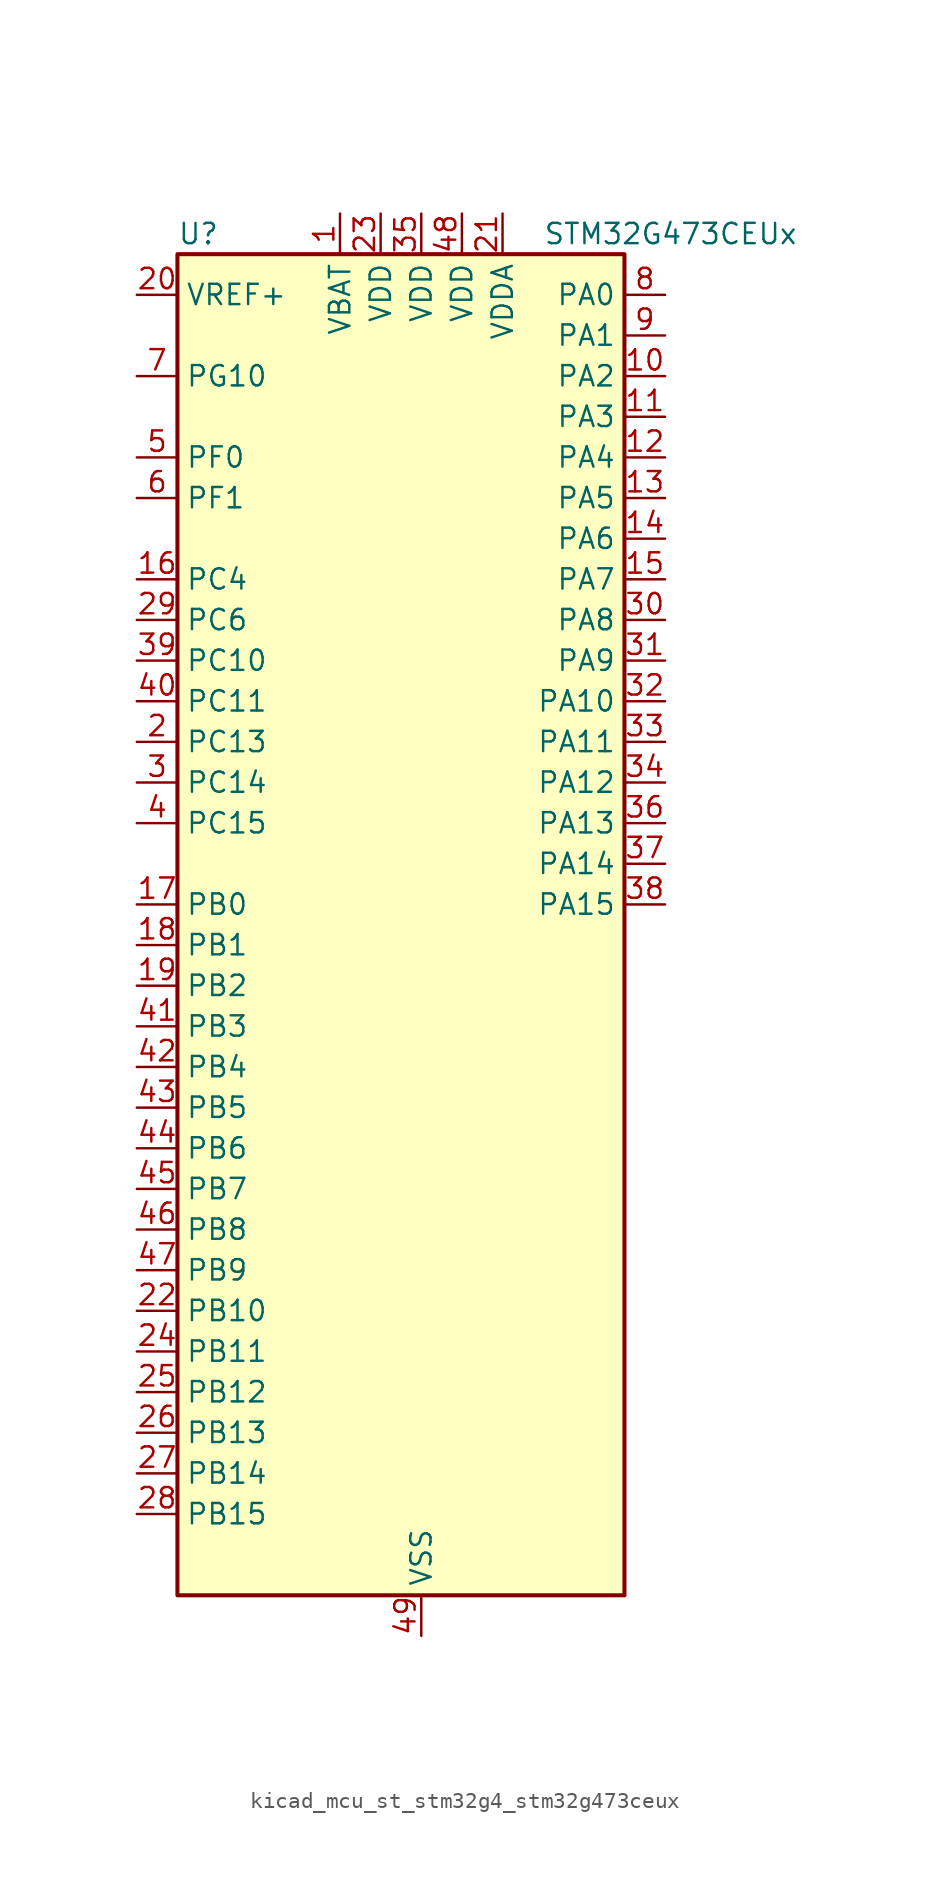
<source format=kicad_sym>
(kicad_symbol_lib
  (version 20220914)
  (generator kicad_symbol_editor)
  (symbol "kicad_mcu_st_stm32g4_stm32g473ceux"
    (property "Reference" "U"
      (at -12.7 44.45 0)
      (effects (font (size 1.27 1.27)) (justify left)))
    (property "Value" "STM32G473CEUx"
      (at 10.16 44.45 0)
      (effects (font (size 1.27 1.27)) (justify left)))
    (property "ki_locked" ""
      (at 0 0 0)
      (effects (font (size 1.27 1.27))))
    (symbol "kicad_mcu_st_stm32g4_stm32g473ceux_0_1"
      (rectangle (start -12.7 -40.64) (end 15.24 43.18) (stroke (width 0.254) (type default)) (fill (type background))))
    (symbol "kicad_mcu_st_stm32g4_stm32g473ceux_1_1"
      (pin power_in line (at -2.54 45.72 270) (length 2.54) (name "VBAT" (effects (font (size 1.27 1.27)))) (number "1" (effects (font (size 1.27 1.27)))))
      (pin bidirectional line (at 17.78 35.56 180) (length 2.54) (name "PA2" (effects (font (size 1.27 1.27)))) (number "10" (effects (font (size 1.27 1.27)))) (alternate "ADC1_IN3" bidirectional line) (alternate "ADC3_EXTI2" bidirectional line) (alternate "ADC4_EXTI2" bidirectional line) (alternate "ADC5_EXTI2" bidirectional line) (alternate "COMP2_INM" bidirectional line) (alternate "COMP2_OUT" bidirectional line) (alternate "LPUART1_TX" bidirectional line) (alternate "OPAMP1_VOUT" bidirectional line) (alternate "QUADSPI1_BK1_NCS" bidirectional line) (alternate "RCC_LSCO" bidirectional line) (alternate "SYS_WKUP4" bidirectional line) (alternate "TIM15_CH1" bidirectional line) (alternate "TIM2_CH3" bidirectional line) (alternate "TIM5_CH3" bidirectional line) (alternate "UCPD1_FRSTX1" bidirectional line) (alternate "UCPD1_FRSTX2" bidirectional line) (alternate "USART2_TX" bidirectional line))
      (pin bidirectional line (at 17.78 33.02 180) (length 2.54) (name "PA3" (effects (font (size 1.27 1.27)))) (number "11" (effects (font (size 1.27 1.27)))) (alternate "ADC1_IN4" bidirectional line) (alternate "ADC3_EXTI3" bidirectional line) (alternate "ADC4_EXTI3" bidirectional line) (alternate "ADC5_EXTI3" bidirectional line) (alternate "COMP2_INP" bidirectional line) (alternate "LPUART1_RX" bidirectional line) (alternate "OPAMP1_VINM" bidirectional line) (alternate "OPAMP1_VINM0" bidirectional line) (alternate "OPAMP1_VINM_SEC" bidirectional line) (alternate "OPAMP1_VINP" bidirectional line) (alternate "OPAMP1_VINP_SEC" bidirectional line) (alternate "OPAMP5_VINM" bidirectional line) (alternate "OPAMP5_VINM1" bidirectional line) (alternate "OPAMP5_VINM_SEC" bidirectional line) (alternate "QUADSPI1_CLK" bidirectional line) (alternate "SAI1_CK1" bidirectional line) (alternate "SAI1_MCLK_A" bidirectional line) (alternate "TIM15_CH2" bidirectional line) (alternate "TIM2_CH4" bidirectional line) (alternate "TIM5_CH4" bidirectional line) (alternate "USART2_RX" bidirectional line))
      (pin bidirectional line (at 17.78 30.48 180) (length 2.54) (name "PA4" (effects (font (size 1.27 1.27)))) (number "12" (effects (font (size 1.27 1.27)))) (alternate "ADC2_IN17" bidirectional line) (alternate "COMP1_INM" bidirectional line) (alternate "DAC1_OUT1" bidirectional line) (alternate "I2S3_WS" bidirectional line) (alternate "SAI1_FS_B" bidirectional line) (alternate "SPI1_NSS" bidirectional line) (alternate "SPI3_NSS" bidirectional line) (alternate "TIM3_CH2" bidirectional line) (alternate "USART2_CK" bidirectional line))
      (pin bidirectional line (at 17.78 27.94 180) (length 2.54) (name "PA5" (effects (font (size 1.27 1.27)))) (number "13" (effects (font (size 1.27 1.27)))) (alternate "ADC2_IN13" bidirectional line) (alternate "COMP2_INM" bidirectional line) (alternate "DAC1_OUT2" bidirectional line) (alternate "OPAMP2_VINM" bidirectional line) (alternate "OPAMP2_VINM0" bidirectional line) (alternate "OPAMP2_VINM_SEC" bidirectional line) (alternate "SPI1_SCK" bidirectional line) (alternate "TIM2_CH1" bidirectional line) (alternate "TIM2_ETR" bidirectional line) (alternate "UCPD1_FRSTX1" bidirectional line) (alternate "UCPD1_FRSTX2" bidirectional line))
      (pin bidirectional line (at 17.78 25.4 180) (length 2.54) (name "PA6" (effects (font (size 1.27 1.27)))) (number "14" (effects (font (size 1.27 1.27)))) (alternate "ADC2_IN3" bidirectional line) (alternate "COMP1_OUT" bidirectional line) (alternate "DAC2_OUT1" bidirectional line) (alternate "LPUART1_CTS" bidirectional line) (alternate "OPAMP2_VOUT" bidirectional line) (alternate "QUADSPI1_BK1_IO3" bidirectional line) (alternate "SPI1_MISO" bidirectional line) (alternate "TIM16_CH1" bidirectional line) (alternate "TIM1_BKIN" bidirectional line) (alternate "TIM3_CH1" bidirectional line) (alternate "TIM8_BKIN" bidirectional line))
      (pin bidirectional line (at 17.78 22.86 180) (length 2.54) (name "PA7" (effects (font (size 1.27 1.27)))) (number "15" (effects (font (size 1.27 1.27)))) (alternate "ADC2_IN4" bidirectional line) (alternate "COMP2_INP" bidirectional line) (alternate "COMP2_OUT" bidirectional line) (alternate "OPAMP1_VINP" bidirectional line) (alternate "OPAMP1_VINP_SEC" bidirectional line) (alternate "OPAMP2_VINP" bidirectional line) (alternate "OPAMP2_VINP_SEC" bidirectional line) (alternate "QUADSPI1_BK1_IO2" bidirectional line) (alternate "SPI1_MOSI" bidirectional line) (alternate "TIM17_CH1" bidirectional line) (alternate "TIM1_CH1N" bidirectional line) (alternate "TIM3_CH2" bidirectional line) (alternate "TIM8_CH1N" bidirectional line) (alternate "UCPD1_FRSTX1" bidirectional line) (alternate "UCPD1_FRSTX2" bidirectional line))
      (pin bidirectional line (at -15.24 22.86 0) (length 2.54) (name "PC4" (effects (font (size 1.27 1.27)))) (number "16" (effects (font (size 1.27 1.27)))) (alternate "ADC2_IN5" bidirectional line) (alternate "I2C2_SCL" bidirectional line) (alternate "QUADSPI1_BK2_IO3" bidirectional line) (alternate "TIM1_ETR" bidirectional line) (alternate "USART1_TX" bidirectional line))
      (pin bidirectional line (at -15.24 2.54 0) (length 2.54) (name "PB0" (effects (font (size 1.27 1.27)))) (number "17" (effects (font (size 1.27 1.27)))) (alternate "ADC1_IN15" bidirectional line) (alternate "ADC3_IN12" bidirectional line) (alternate "COMP4_INP" bidirectional line) (alternate "OPAMP2_VINP" bidirectional line) (alternate "OPAMP2_VINP_SEC" bidirectional line) (alternate "OPAMP3_VINP" bidirectional line) (alternate "OPAMP3_VINP_SEC" bidirectional line) (alternate "QUADSPI1_BK1_IO1" bidirectional line) (alternate "TIM1_CH2N" bidirectional line) (alternate "TIM3_CH3" bidirectional line) (alternate "TIM8_CH2N" bidirectional line) (alternate "UCPD1_FRSTX1" bidirectional line) (alternate "UCPD1_FRSTX2" bidirectional line))
      (pin bidirectional line (at -15.24 0 0) (length 2.54) (name "PB1" (effects (font (size 1.27 1.27)))) (number "18" (effects (font (size 1.27 1.27)))) (alternate "ADC1_IN12" bidirectional line) (alternate "ADC3_IN1" bidirectional line) (alternate "COMP1_INP" bidirectional line) (alternate "COMP4_OUT" bidirectional line) (alternate "LPUART1_DE" bidirectional line) (alternate "LPUART1_RTS" bidirectional line) (alternate "OPAMP3_VOUT" bidirectional line) (alternate "OPAMP6_VINM" bidirectional line) (alternate "OPAMP6_VINM1" bidirectional line) (alternate "OPAMP6_VINM_SEC" bidirectional line) (alternate "QUADSPI1_BK1_IO0" bidirectional line) (alternate "TIM1_CH3N" bidirectional line) (alternate "TIM3_CH4" bidirectional line) (alternate "TIM8_CH3N" bidirectional line))
      (pin bidirectional line (at -15.24 -2.54 0) (length 2.54) (name "PB2" (effects (font (size 1.27 1.27)))) (number "19" (effects (font (size 1.27 1.27)))) (alternate "ADC2_IN12" bidirectional line) (alternate "ADC3_EXTI2" bidirectional line) (alternate "ADC4_EXTI2" bidirectional line) (alternate "ADC5_EXTI2" bidirectional line) (alternate "COMP4_INM" bidirectional line) (alternate "I2C3_SMBA" bidirectional line) (alternate "LPTIM1_OUT" bidirectional line) (alternate "OPAMP3_VINM" bidirectional line) (alternate "OPAMP3_VINM0" bidirectional line) (alternate "OPAMP3_VINM_SEC" bidirectional line) (alternate "QUADSPI1_BK2_IO1" bidirectional line) (alternate "RTC_OUT2" bidirectional line) (alternate "TIM20_CH1" bidirectional line) (alternate "TIM5_CH1" bidirectional line))
      (pin bidirectional line (at -15.24 12.7 0) (length 2.54) (name "PC13" (effects (font (size 1.27 1.27)))) (number "2" (effects (font (size 1.27 1.27)))) (alternate "RTC_OUT1" bidirectional line) (alternate "RTC_TAMP1" bidirectional line) (alternate "RTC_TS" bidirectional line) (alternate "SYS_WKUP2" bidirectional line) (alternate "TIM1_BKIN" bidirectional line) (alternate "TIM1_CH1N" bidirectional line) (alternate "TIM8_CH4N" bidirectional line))
      (pin input line (at -15.24 40.64 0) (length 2.54) (name "VREF+" (effects (font (size 1.27 1.27)))) (number "20" (effects (font (size 1.27 1.27)))) (alternate "VREFBUF_OUT" bidirectional line))
      (pin power_in line (at 7.62 45.72 270) (length 2.54) (name "VDDA" (effects (font (size 1.27 1.27)))) (number "21" (effects (font (size 1.27 1.27)))))
      (pin bidirectional line (at -15.24 -22.86 0) (length 2.54) (name "PB10" (effects (font (size 1.27 1.27)))) (number "22" (effects (font (size 1.27 1.27)))) (alternate "COMP5_INM" bidirectional line) (alternate "DAC1_EXTI10" bidirectional line) (alternate "DAC2_EXTI10" bidirectional line) (alternate "DAC3_EXTI10" bidirectional line) (alternate "DAC4_EXTI10" bidirectional line) (alternate "LPUART1_RX" bidirectional line) (alternate "OPAMP3_VINM" bidirectional line) (alternate "OPAMP3_VINM1" bidirectional line) (alternate "OPAMP3_VINM_SEC" bidirectional line) (alternate "OPAMP4_VINM" bidirectional line) (alternate "OPAMP4_VINM0" bidirectional line) (alternate "OPAMP4_VINM_SEC" bidirectional line) (alternate "QUADSPI1_CLK" bidirectional line) (alternate "SAI1_SCK_A" bidirectional line) (alternate "TIM1_BKIN" bidirectional line) (alternate "TIM2_CH3" bidirectional line) (alternate "USART3_TX" bidirectional line))
      (pin power_in line (at 0 45.72 270) (length 2.54) (name "VDD" (effects (font (size 1.27 1.27)))) (number "23" (effects (font (size 1.27 1.27)))))
      (pin bidirectional line (at -15.24 -25.4 0) (length 2.54) (name "PB11" (effects (font (size 1.27 1.27)))) (number "24" (effects (font (size 1.27 1.27)))) (alternate "ADC1_EXTI11" bidirectional line) (alternate "ADC1_IN14" bidirectional line) (alternate "ADC2_EXTI11" bidirectional line) (alternate "ADC2_IN14" bidirectional line) (alternate "COMP6_INP" bidirectional line) (alternate "LPUART1_TX" bidirectional line) (alternate "OPAMP4_VINP" bidirectional line) (alternate "OPAMP4_VINP_SEC" bidirectional line) (alternate "OPAMP6_VOUT" bidirectional line) (alternate "QUADSPI1_BK1_NCS" bidirectional line) (alternate "TIM2_CH4" bidirectional line) (alternate "USART3_RX" bidirectional line))
      (pin bidirectional line (at -15.24 -27.94 0) (length 2.54) (name "PB12" (effects (font (size 1.27 1.27)))) (number "25" (effects (font (size 1.27 1.27)))) (alternate "ADC1_IN11" bidirectional line) (alternate "ADC4_IN3" bidirectional line) (alternate "COMP7_INM" bidirectional line) (alternate "FDCAN2_RX" bidirectional line) (alternate "I2C2_SMBA" bidirectional line) (alternate "I2S2_WS" bidirectional line) (alternate "LPUART1_DE" bidirectional line) (alternate "LPUART1_RTS" bidirectional line) (alternate "OPAMP4_VOUT" bidirectional line) (alternate "OPAMP6_VINP" bidirectional line) (alternate "OPAMP6_VINP_SEC" bidirectional line) (alternate "SPI2_NSS" bidirectional line) (alternate "TIM1_BKIN" bidirectional line) (alternate "TIM5_ETR" bidirectional line) (alternate "USART3_CK" bidirectional line))
      (pin bidirectional line (at -15.24 -30.48 0) (length 2.54) (name "PB13" (effects (font (size 1.27 1.27)))) (number "26" (effects (font (size 1.27 1.27)))) (alternate "ADC3_IN5" bidirectional line) (alternate "COMP5_INP" bidirectional line) (alternate "FDCAN2_TX" bidirectional line) (alternate "I2S2_CK" bidirectional line) (alternate "LPUART1_CTS" bidirectional line) (alternate "OPAMP3_VINP" bidirectional line) (alternate "OPAMP3_VINP_SEC" bidirectional line) (alternate "OPAMP4_VINP" bidirectional line) (alternate "OPAMP4_VINP_SEC" bidirectional line) (alternate "OPAMP6_VINP" bidirectional line) (alternate "OPAMP6_VINP_SEC" bidirectional line) (alternate "SPI2_SCK" bidirectional line) (alternate "TIM1_CH1N" bidirectional line) (alternate "USART3_CTS" bidirectional line) (alternate "USART3_NSS" bidirectional line))
      (pin bidirectional line (at -15.24 -33.02 0) (length 2.54) (name "PB14" (effects (font (size 1.27 1.27)))) (number "27" (effects (font (size 1.27 1.27)))) (alternate "ADC1_IN5" bidirectional line) (alternate "ADC4_IN4" bidirectional line) (alternate "COMP4_OUT" bidirectional line) (alternate "COMP7_INP" bidirectional line) (alternate "OPAMP2_VINP" bidirectional line) (alternate "OPAMP2_VINP_SEC" bidirectional line) (alternate "OPAMP5_VINP" bidirectional line) (alternate "OPAMP5_VINP_SEC" bidirectional line) (alternate "SPI2_MISO" bidirectional line) (alternate "TIM15_CH1" bidirectional line) (alternate "TIM1_CH2N" bidirectional line) (alternate "USART3_DE" bidirectional line) (alternate "USART3_RTS" bidirectional line))
      (pin bidirectional line (at -15.24 -35.56 0) (length 2.54) (name "PB15" (effects (font (size 1.27 1.27)))) (number "28" (effects (font (size 1.27 1.27)))) (alternate "ADC1_EXTI15" bidirectional line) (alternate "ADC2_EXTI15" bidirectional line) (alternate "ADC2_IN15" bidirectional line) (alternate "ADC4_IN5" bidirectional line) (alternate "COMP3_OUT" bidirectional line) (alternate "COMP6_INM" bidirectional line) (alternate "I2S2_SD" bidirectional line) (alternate "OPAMP5_VINM" bidirectional line) (alternate "OPAMP5_VINM0" bidirectional line) (alternate "OPAMP5_VINM_SEC" bidirectional line) (alternate "RTC_REFIN" bidirectional line) (alternate "SPI2_MOSI" bidirectional line) (alternate "TIM15_CH1N" bidirectional line) (alternate "TIM15_CH2" bidirectional line) (alternate "TIM1_CH3N" bidirectional line))
      (pin bidirectional line (at -15.24 20.32 0) (length 2.54) (name "PC6" (effects (font (size 1.27 1.27)))) (number "29" (effects (font (size 1.27 1.27)))) (alternate "COMP6_OUT" bidirectional line) (alternate "I2C4_SCL" bidirectional line) (alternate "I2S2_MCK" bidirectional line) (alternate "TIM3_CH1" bidirectional line) (alternate "TIM8_CH1" bidirectional line))
      (pin bidirectional line (at -15.24 10.16 0) (length 2.54) (name "PC14" (effects (font (size 1.27 1.27)))) (number "3" (effects (font (size 1.27 1.27)))) (alternate "RCC_OSC32_IN" bidirectional line))
      (pin bidirectional line (at 17.78 20.32 180) (length 2.54) (name "PA8" (effects (font (size 1.27 1.27)))) (number "30" (effects (font (size 1.27 1.27)))) (alternate "ADC5_IN1" bidirectional line) (alternate "COMP7_OUT" bidirectional line) (alternate "FDCAN3_RX" bidirectional line) (alternate "I2C2_SDA" bidirectional line) (alternate "I2C3_SCL" bidirectional line) (alternate "I2S2_MCK" bidirectional line) (alternate "OPAMP5_VOUT" bidirectional line) (alternate "RCC_MCO" bidirectional line) (alternate "SAI1_CK2" bidirectional line) (alternate "SAI1_SCK_A" bidirectional line) (alternate "TIM1_CH1" bidirectional line) (alternate "TIM4_ETR" bidirectional line) (alternate "USART1_CK" bidirectional line))
      (pin bidirectional line (at 17.78 17.78 180) (length 2.54) (name "PA9" (effects (font (size 1.27 1.27)))) (number "31" (effects (font (size 1.27 1.27)))) (alternate "ADC5_IN2" bidirectional line) (alternate "COMP5_OUT" bidirectional line) (alternate "DAC1_EXTI9" bidirectional line) (alternate "DAC2_EXTI9" bidirectional line) (alternate "DAC3_EXTI9" bidirectional line) (alternate "DAC4_EXTI9" bidirectional line) (alternate "I2C2_SCL" bidirectional line) (alternate "I2C3_SMBA" bidirectional line) (alternate "I2S3_MCK" bidirectional line) (alternate "SAI1_FS_A" bidirectional line) (alternate "TIM15_BKIN" bidirectional line) (alternate "TIM1_CH2" bidirectional line) (alternate "TIM2_CH3" bidirectional line) (alternate "UCPD1_DBCC1" bidirectional line) (alternate "USART1_TX" bidirectional line))
      (pin bidirectional line (at 17.78 15.24 180) (length 2.54) (name "PA10" (effects (font (size 1.27 1.27)))) (number "32" (effects (font (size 1.27 1.27)))) (alternate "COMP6_OUT" bidirectional line) (alternate "CRS_SYNC" bidirectional line) (alternate "DAC1_EXTI10" bidirectional line) (alternate "DAC2_EXTI10" bidirectional line) (alternate "DAC3_EXTI10" bidirectional line) (alternate "DAC4_EXTI10" bidirectional line) (alternate "I2C2_SMBA" bidirectional line) (alternate "SAI1_D1" bidirectional line) (alternate "SAI1_SD_A" bidirectional line) (alternate "SPI2_MISO" bidirectional line) (alternate "TIM17_BKIN" bidirectional line) (alternate "TIM1_CH3" bidirectional line) (alternate "TIM2_CH4" bidirectional line) (alternate "TIM8_BKIN" bidirectional line) (alternate "UCPD1_DBCC2" bidirectional line) (alternate "USART1_RX" bidirectional line))
      (pin bidirectional line (at 17.78 12.7 180) (length 2.54) (name "PA11" (effects (font (size 1.27 1.27)))) (number "33" (effects (font (size 1.27 1.27)))) (alternate "ADC1_EXTI11" bidirectional line) (alternate "ADC2_EXTI11" bidirectional line) (alternate "COMP1_OUT" bidirectional line) (alternate "FDCAN1_RX" bidirectional line) (alternate "I2S2_SD" bidirectional line) (alternate "SPI2_MOSI" bidirectional line) (alternate "TIM1_BKIN2" bidirectional line) (alternate "TIM1_CH1N" bidirectional line) (alternate "TIM1_CH4" bidirectional line) (alternate "TIM4_CH1" bidirectional line) (alternate "USART1_CTS" bidirectional line) (alternate "USART1_NSS" bidirectional line) (alternate "USB_DM" bidirectional line))
      (pin bidirectional line (at 17.78 10.16 180) (length 2.54) (name "PA12" (effects (font (size 1.27 1.27)))) (number "34" (effects (font (size 1.27 1.27)))) (alternate "COMP2_OUT" bidirectional line) (alternate "FDCAN1_TX" bidirectional line) (alternate "I2S_CKIN" bidirectional line) (alternate "TIM16_CH1" bidirectional line) (alternate "TIM1_CH2N" bidirectional line) (alternate "TIM1_ETR" bidirectional line) (alternate "TIM4_CH2" bidirectional line) (alternate "USART1_DE" bidirectional line) (alternate "USART1_RTS" bidirectional line) (alternate "USB_DP" bidirectional line))
      (pin power_in line (at 2.54 45.72 270) (length 2.54) (name "VDD" (effects (font (size 1.27 1.27)))) (number "35" (effects (font (size 1.27 1.27)))))
      (pin bidirectional line (at 17.78 7.62 180) (length 2.54) (name "PA13" (effects (font (size 1.27 1.27)))) (number "36" (effects (font (size 1.27 1.27)))) (alternate "I2C1_SCL" bidirectional line) (alternate "I2C4_SCL" bidirectional line) (alternate "IR_OUT" bidirectional line) (alternate "SAI1_SD_B" bidirectional line) (alternate "SYS_JTMS-SWDIO" bidirectional line) (alternate "TIM16_CH1N" bidirectional line) (alternate "TIM4_CH3" bidirectional line) (alternate "USART3_CTS" bidirectional line) (alternate "USART3_NSS" bidirectional line))
      (pin bidirectional line (at 17.78 5.08 180) (length 2.54) (name "PA14" (effects (font (size 1.27 1.27)))) (number "37" (effects (font (size 1.27 1.27)))) (alternate "I2C1_SDA" bidirectional line) (alternate "I2C4_SMBA" bidirectional line) (alternate "LPTIM1_OUT" bidirectional line) (alternate "SAI1_FS_B" bidirectional line) (alternate "SYS_JTCK-SWCLK" bidirectional line) (alternate "TIM1_BKIN" bidirectional line) (alternate "TIM8_CH2" bidirectional line) (alternate "USART2_TX" bidirectional line))
      (pin bidirectional line (at 17.78 2.54 180) (length 2.54) (name "PA15" (effects (font (size 1.27 1.27)))) (number "38" (effects (font (size 1.27 1.27)))) (alternate "ADC1_EXTI15" bidirectional line) (alternate "ADC2_EXTI15" bidirectional line) (alternate "FDCAN3_TX" bidirectional line) (alternate "I2C1_SCL" bidirectional line) (alternate "I2S3_WS" bidirectional line) (alternate "SPI1_NSS" bidirectional line) (alternate "SPI3_NSS" bidirectional line) (alternate "SYS_JTDI" bidirectional line) (alternate "TIM1_BKIN" bidirectional line) (alternate "TIM2_CH1" bidirectional line) (alternate "TIM2_ETR" bidirectional line) (alternate "TIM8_CH1" bidirectional line) (alternate "UART4_DE" bidirectional line) (alternate "UART4_RTS" bidirectional line) (alternate "USART2_RX" bidirectional line))
      (pin bidirectional line (at -15.24 17.78 0) (length 2.54) (name "PC10" (effects (font (size 1.27 1.27)))) (number "39" (effects (font (size 1.27 1.27)))) (alternate "DAC1_EXTI10" bidirectional line) (alternate "DAC2_EXTI10" bidirectional line) (alternate "DAC3_EXTI10" bidirectional line) (alternate "DAC4_EXTI10" bidirectional line) (alternate "I2S3_CK" bidirectional line) (alternate "SPI3_SCK" bidirectional line) (alternate "TIM8_CH1N" bidirectional line) (alternate "UART4_TX" bidirectional line) (alternate "USART3_TX" bidirectional line))
      (pin bidirectional line (at -15.24 7.62 0) (length 2.54) (name "PC15" (effects (font (size 1.27 1.27)))) (number "4" (effects (font (size 1.27 1.27)))) (alternate "ADC1_EXTI15" bidirectional line) (alternate "ADC2_EXTI15" bidirectional line) (alternate "RCC_OSC32_OUT" bidirectional line))
      (pin bidirectional line (at -15.24 15.24 0) (length 2.54) (name "PC11" (effects (font (size 1.27 1.27)))) (number "40" (effects (font (size 1.27 1.27)))) (alternate "ADC1_EXTI11" bidirectional line) (alternate "ADC2_EXTI11" bidirectional line) (alternate "I2C3_SDA" bidirectional line) (alternate "SPI3_MISO" bidirectional line) (alternate "TIM8_CH2N" bidirectional line) (alternate "UART4_RX" bidirectional line) (alternate "USART3_RX" bidirectional line))
      (pin bidirectional line (at -15.24 -5.08 0) (length 2.54) (name "PB3" (effects (font (size 1.27 1.27)))) (number "41" (effects (font (size 1.27 1.27)))) (alternate "ADC3_EXTI3" bidirectional line) (alternate "ADC4_EXTI3" bidirectional line) (alternate "ADC5_EXTI3" bidirectional line) (alternate "CRS_SYNC" bidirectional line) (alternate "FDCAN3_RX" bidirectional line) (alternate "I2S3_CK" bidirectional line) (alternate "SAI1_SCK_B" bidirectional line) (alternate "SPI1_SCK" bidirectional line) (alternate "SPI3_SCK" bidirectional line) (alternate "SYS_JTDO-SWO" bidirectional line) (alternate "TIM2_CH2" bidirectional line) (alternate "TIM3_ETR" bidirectional line) (alternate "TIM4_ETR" bidirectional line) (alternate "TIM8_CH1N" bidirectional line) (alternate "USART2_TX" bidirectional line))
      (pin bidirectional line (at -15.24 -7.62 0) (length 2.54) (name "PB4" (effects (font (size 1.27 1.27)))) (number "42" (effects (font (size 1.27 1.27)))) (alternate "FDCAN3_TX" bidirectional line) (alternate "SAI1_MCLK_B" bidirectional line) (alternate "SPI1_MISO" bidirectional line) (alternate "SPI3_MISO" bidirectional line) (alternate "SYS_JTRST" bidirectional line) (alternate "TIM16_CH1" bidirectional line) (alternate "TIM17_BKIN" bidirectional line) (alternate "TIM3_CH1" bidirectional line) (alternate "TIM8_CH2N" bidirectional line) (alternate "UCPD1_CC2" bidirectional line) (alternate "USART2_RX" bidirectional line))
      (pin bidirectional line (at -15.24 -10.16 0) (length 2.54) (name "PB5" (effects (font (size 1.27 1.27)))) (number "43" (effects (font (size 1.27 1.27)))) (alternate "FDCAN2_RX" bidirectional line) (alternate "I2C1_SMBA" bidirectional line) (alternate "I2C3_SDA" bidirectional line) (alternate "I2S3_SD" bidirectional line) (alternate "LPTIM1_IN1" bidirectional line) (alternate "SAI1_SD_B" bidirectional line) (alternate "SPI1_MOSI" bidirectional line) (alternate "SPI3_MOSI" bidirectional line) (alternate "TIM16_BKIN" bidirectional line) (alternate "TIM17_CH1" bidirectional line) (alternate "TIM3_CH2" bidirectional line) (alternate "TIM8_CH3N" bidirectional line) (alternate "USART2_CK" bidirectional line))
      (pin bidirectional line (at -15.24 -12.7 0) (length 2.54) (name "PB6" (effects (font (size 1.27 1.27)))) (number "44" (effects (font (size 1.27 1.27)))) (alternate "COMP4_OUT" bidirectional line) (alternate "FDCAN2_TX" bidirectional line) (alternate "LPTIM1_ETR" bidirectional line) (alternate "SAI1_FS_B" bidirectional line) (alternate "TIM16_CH1N" bidirectional line) (alternate "TIM4_CH1" bidirectional line) (alternate "TIM8_BKIN2" bidirectional line) (alternate "TIM8_CH1" bidirectional line) (alternate "TIM8_ETR" bidirectional line) (alternate "UCPD1_CC1" bidirectional line) (alternate "USART1_TX" bidirectional line))
      (pin bidirectional line (at -15.24 -15.24 0) (length 2.54) (name "PB7" (effects (font (size 1.27 1.27)))) (number "45" (effects (font (size 1.27 1.27)))) (alternate "COMP3_OUT" bidirectional line) (alternate "I2C1_SDA" bidirectional line) (alternate "I2C4_SDA" bidirectional line) (alternate "LPTIM1_IN2" bidirectional line) (alternate "SYS_PVD_IN" bidirectional line) (alternate "TIM17_CH1N" bidirectional line) (alternate "TIM3_CH4" bidirectional line) (alternate "TIM4_CH2" bidirectional line) (alternate "TIM8_BKIN" bidirectional line) (alternate "UART4_CTS" bidirectional line) (alternate "USART1_RX" bidirectional line))
      (pin bidirectional line (at -15.24 -17.78 0) (length 2.54) (name "PB8" (effects (font (size 1.27 1.27)))) (number "46" (effects (font (size 1.27 1.27)))) (alternate "COMP1_OUT" bidirectional line) (alternate "FDCAN1_RX" bidirectional line) (alternate "I2C1_SCL" bidirectional line) (alternate "SAI1_CK1" bidirectional line) (alternate "SAI1_MCLK_A" bidirectional line) (alternate "TIM16_CH1" bidirectional line) (alternate "TIM1_BKIN" bidirectional line) (alternate "TIM4_CH3" bidirectional line) (alternate "TIM8_CH2" bidirectional line) (alternate "USART3_RX" bidirectional line))
      (pin bidirectional line (at -15.24 -20.32 0) (length 2.54) (name "PB9" (effects (font (size 1.27 1.27)))) (number "47" (effects (font (size 1.27 1.27)))) (alternate "COMP2_OUT" bidirectional line) (alternate "DAC1_EXTI9" bidirectional line) (alternate "DAC2_EXTI9" bidirectional line) (alternate "DAC3_EXTI9" bidirectional line) (alternate "DAC4_EXTI9" bidirectional line) (alternate "FDCAN1_TX" bidirectional line) (alternate "I2C1_SDA" bidirectional line) (alternate "IR_OUT" bidirectional line) (alternate "SAI1_D2" bidirectional line) (alternate "SAI1_FS_A" bidirectional line) (alternate "TIM17_CH1" bidirectional line) (alternate "TIM1_CH3N" bidirectional line) (alternate "TIM4_CH4" bidirectional line) (alternate "TIM8_CH3" bidirectional line) (alternate "USART3_TX" bidirectional line))
      (pin power_in line (at 5.08 45.72 270) (length 2.54) (name "VDD" (effects (font (size 1.27 1.27)))) (number "48" (effects (font (size 1.27 1.27)))))
      (pin power_in line (at 2.54 -43.18 90) (length 2.54) (name "VSS" (effects (font (size 1.27 1.27)))) (number "49" (effects (font (size 1.27 1.27)))))
      (pin bidirectional line (at -15.24 30.48 0) (length 2.54) (name "PF0" (effects (font (size 1.27 1.27)))) (number "5" (effects (font (size 1.27 1.27)))) (alternate "ADC1_IN10" bidirectional line) (alternate "I2C2_SDA" bidirectional line) (alternate "I2S2_WS" bidirectional line) (alternate "RCC_OSC_IN" bidirectional line) (alternate "SPI2_NSS" bidirectional line) (alternate "TIM1_CH3N" bidirectional line))
      (pin bidirectional line (at -15.24 27.94 0) (length 2.54) (name "PF1" (effects (font (size 1.27 1.27)))) (number "6" (effects (font (size 1.27 1.27)))) (alternate "ADC2_IN10" bidirectional line) (alternate "COMP3_INM" bidirectional line) (alternate "I2S2_CK" bidirectional line) (alternate "RCC_OSC_OUT" bidirectional line) (alternate "SPI2_SCK" bidirectional line))
      (pin bidirectional line (at -15.24 35.56 0) (length 2.54) (name "PG10" (effects (font (size 1.27 1.27)))) (number "7" (effects (font (size 1.27 1.27)))) (alternate "DAC1_EXTI10" bidirectional line) (alternate "DAC2_EXTI10" bidirectional line) (alternate "DAC3_EXTI10" bidirectional line) (alternate "DAC4_EXTI10" bidirectional line) (alternate "RCC_MCO" bidirectional line))
      (pin bidirectional line (at 17.78 40.64 180) (length 2.54) (name "PA0" (effects (font (size 1.27 1.27)))) (number "8" (effects (font (size 1.27 1.27)))) (alternate "ADC1_IN1" bidirectional line) (alternate "ADC2_IN1" bidirectional line) (alternate "COMP1_INM" bidirectional line) (alternate "COMP1_OUT" bidirectional line) (alternate "COMP3_INP" bidirectional line) (alternate "RTC_TAMP2" bidirectional line) (alternate "SYS_WKUP1" bidirectional line) (alternate "TIM2_CH1" bidirectional line) (alternate "TIM2_ETR" bidirectional line) (alternate "TIM5_CH1" bidirectional line) (alternate "TIM8_BKIN" bidirectional line) (alternate "TIM8_ETR" bidirectional line) (alternate "USART2_CTS" bidirectional line) (alternate "USART2_NSS" bidirectional line))
      (pin bidirectional line (at 17.78 38.1 180) (length 2.54) (name "PA1" (effects (font (size 1.27 1.27)))) (number "9" (effects (font (size 1.27 1.27)))) (alternate "ADC1_IN2" bidirectional line) (alternate "ADC2_IN2" bidirectional line) (alternate "COMP1_INP" bidirectional line) (alternate "OPAMP1_VINP" bidirectional line) (alternate "OPAMP1_VINP_SEC" bidirectional line) (alternate "OPAMP3_VINP" bidirectional line) (alternate "OPAMP3_VINP_SEC" bidirectional line) (alternate "OPAMP6_VINM" bidirectional line) (alternate "OPAMP6_VINM0" bidirectional line) (alternate "OPAMP6_VINM_SEC" bidirectional line) (alternate "RTC_REFIN" bidirectional line) (alternate "TIM15_CH1N" bidirectional line) (alternate "TIM2_CH2" bidirectional line) (alternate "TIM5_CH2" bidirectional line) (alternate "USART2_DE" bidirectional line) (alternate "USART2_RTS" bidirectional line)))))
</source>
